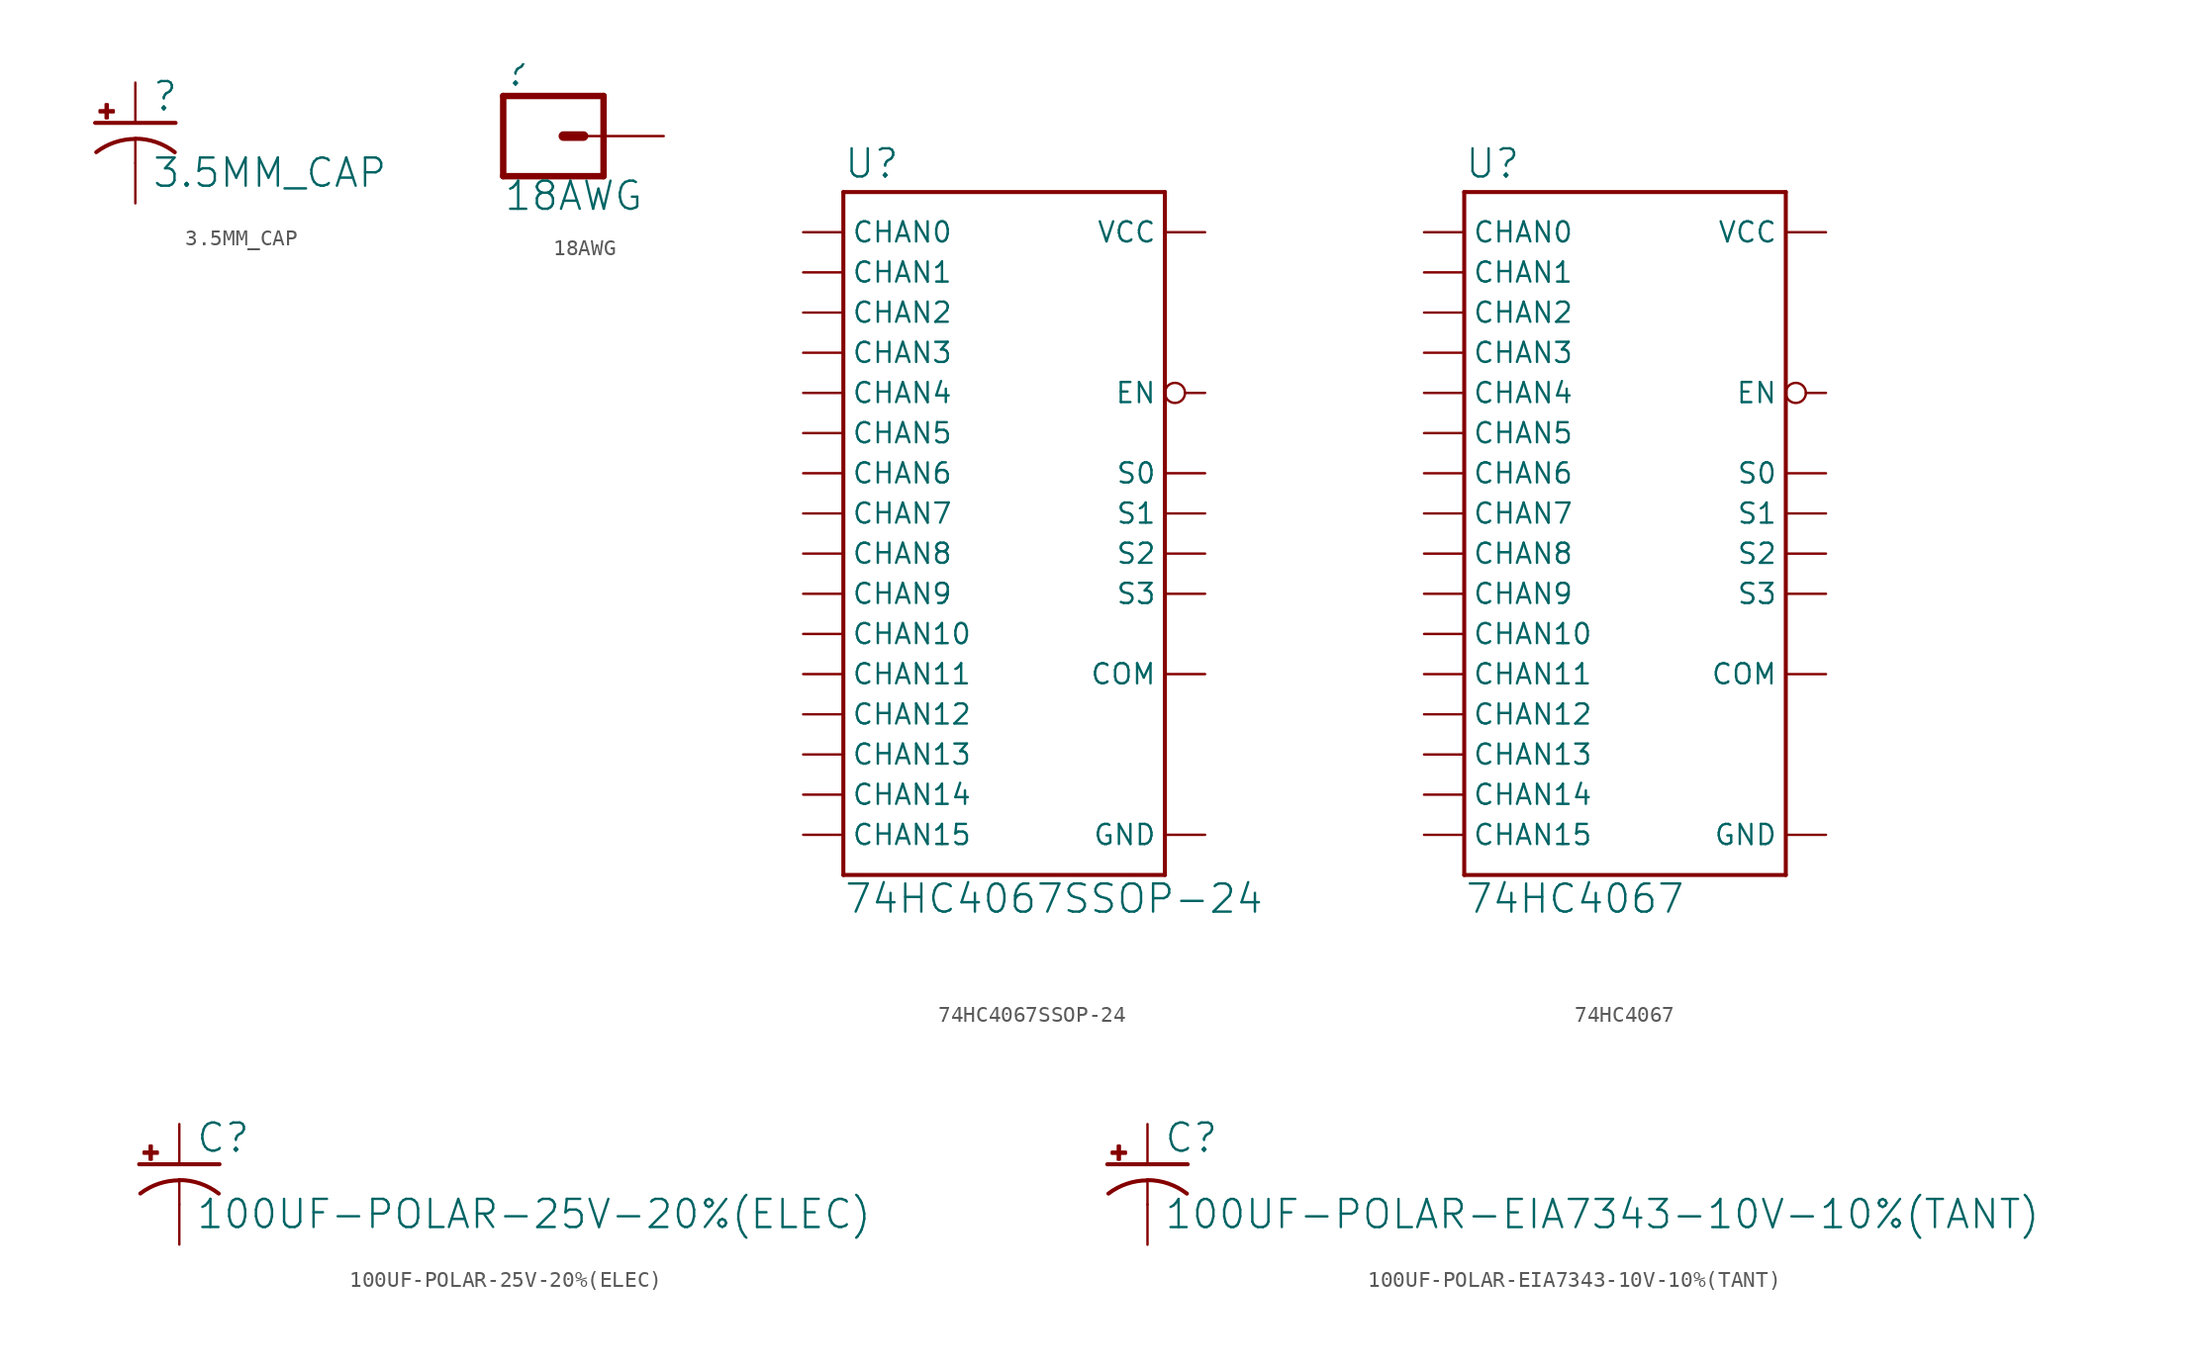
<source format=kicad_sym>
(kicad_symbol_lib
  (version 20211014)
  (generator kicad_symbol_editor)
  (symbol "3.5MM_CAP"
    (property "Reference" ""
      (at 1.016 0.635 0)
      (effects (font (size 1.778 1.778)) (justify left bottom)))
    (property "Value" "3.5MM_CAP"
      (at 1.016 -4.191 0)
      (effects (font (size 1.778 1.778)) (justify left bottom)))
    (property "ki_locked" ""
      (at 0 0 0)
      (effects (font (size 1.27 1.27))))
    (symbol "3.5MM_CAP_1_0"
      (rectangle (start -2.253 0.668) (end -1.364 0.795) (stroke (width 0) (type default) (color 0 0 0 0)) (fill (type outline)))
      (rectangle (start -1.872 0.287) (end -1.745 1.176) (stroke (width 0) (type default) (color 0 0 0 0)) (fill (type outline)))
      (arc (start 0 -1.0161) (mid -1.3021 -1.2302) (end -2.4669 -1.8504) (stroke (width 0.254) (type default) (color 0 0 0 0)) (fill (type none)))
      (polyline (pts (xy -2.54 0) (xy 2.54 0)) (stroke (width 0.254) (type default) (color 0 0 0 0)) (fill (type none)))
      (polyline (pts (xy 0 -1.016) (xy 0 -2.54)) (stroke (width 0.152) (type default) (color 0 0 0 0)) (fill (type none)))
      (arc (start 2.4892 -1.8542) (mid 1.3158 -1.2195) (end 0 -1) (stroke (width 0.254) (type default) (color 0 0 0 0)) (fill (type none)))
      (pin passive line (at 0 2.54 270) (length 2.54) (name "+" (effects (font (size 0 0)))) (number "1" (effects (font (size 0 0)))))
      (pin passive line (at 0 -5.08 90) (length 2.54) (name "-" (effects (font (size 0 0)))) (number "2" (effects (font (size 0 0)))))))
  (symbol "18AWG"
    (property "Reference" ""
      (at -2.54 3.048 0)
      (effects (font (size 1.778 1.778)) (justify left bottom)))
    (property "Value" "18AWG"
      (at -2.54 -4.826 0)
      (effects (font (size 1.778 1.778)) (justify left bottom)))
    (property "ki_locked" ""
      (at 0 0 0)
      (effects (font (size 1.27 1.27))))
    (symbol "18AWG_1_0"
      (polyline (pts (xy -2.54 2.54) (xy -2.54 -2.54)) (stroke (width 0.406) (type default) (color 0 0 0 0)) (fill (type none)))
      (polyline (pts (xy -2.54 2.54) (xy 3.81 2.54)) (stroke (width 0.406) (type default) (color 0 0 0 0)) (fill (type none)))
      (polyline (pts (xy 1.27 0) (xy 2.54 0)) (stroke (width 0.61) (type default) (color 0 0 0 0)) (fill (type none)))
      (polyline (pts (xy 3.81 -2.54) (xy -2.54 -2.54)) (stroke (width 0.406) (type default) (color 0 0 0 0)) (fill (type none)))
      (polyline (pts (xy 3.81 -2.54) (xy 3.81 2.54)) (stroke (width 0.406) (type default) (color 0 0 0 0)) (fill (type none)))
      (pin passive line (at 7.62 0 180) (length 5.08) (name "1" (effects (font (size 0 0)))) (number "P$1" (effects (font (size 0 0)))))))
  (symbol "74HC4067SSOP-24"
    (property "Reference" "U"
      (at -10.16 21.082 0)
      (effects (font (size 1.778 1.778)) (justify left bottom)))
    (property "Value" "74HC4067SSOP-24"
      (at -10.16 -25.4 0)
      (effects (font (size 1.778 1.778)) (justify left bottom)))
    (property "ki_locked" ""
      (at 0 0 0)
      (effects (font (size 1.27 1.27))))
    (symbol "74HC4067SSOP-24_1_0"
      (polyline (pts (xy -10.16 -22.86) (xy -10.16 20.32)) (stroke (width 0.254) (type default) (color 0 0 0 0)) (fill (type none)))
      (polyline (pts (xy -10.16 20.32) (xy 10.16 20.32)) (stroke (width 0.254) (type default) (color 0 0 0 0)) (fill (type none)))
      (polyline (pts (xy 10.16 -22.86) (xy -10.16 -22.86)) (stroke (width 0.254) (type default) (color 0 0 0 0)) (fill (type none)))
      (polyline (pts (xy 10.16 20.32) (xy 10.16 -22.86)) (stroke (width 0.254) (type default) (color 0 0 0 0)) (fill (type none)))
      (pin bidirectional line (at 12.7 -10.16 180) (length 2.54) (name "COM" (effects (font (size 1.27 1.27)))) (number "1" (effects (font (size 0 0)))))
      (pin input line (at 12.7 2.54 180) (length 2.54) (name "S0" (effects (font (size 1.27 1.27)))) (number "10" (effects (font (size 0 0)))))
      (pin input line (at 12.7 0 180) (length 2.54) (name "S1" (effects (font (size 1.27 1.27)))) (number "11" (effects (font (size 0 0)))))
      (pin bidirectional line (at 12.7 -20.32 180) (length 2.54) (name "GND" (effects (font (size 1.27 1.27)))) (number "12" (effects (font (size 0 0)))))
      (pin input line (at 12.7 -5.08 180) (length 2.54) (name "S3" (effects (font (size 1.27 1.27)))) (number "13" (effects (font (size 0 0)))))
      (pin input line (at 12.7 -2.54 180) (length 2.54) (name "S2" (effects (font (size 1.27 1.27)))) (number "14" (effects (font (size 0 0)))))
      (pin input inverted (at 12.7 7.62 180) (length 2.54) (name "EN" (effects (font (size 1.27 1.27)))) (number "15" (effects (font (size 0 0)))))
      (pin bidirectional line (at -12.7 -20.32 0) (length 2.54) (name "CHAN15" (effects (font (size 1.27 1.27)))) (number "16" (effects (font (size 0 0)))))
      (pin bidirectional line (at -12.7 -17.78 0) (length 2.54) (name "CHAN14" (effects (font (size 1.27 1.27)))) (number "17" (effects (font (size 0 0)))))
      (pin bidirectional line (at -12.7 -15.24 0) (length 2.54) (name "CHAN13" (effects (font (size 1.27 1.27)))) (number "18" (effects (font (size 0 0)))))
      (pin bidirectional line (at -12.7 -12.7 0) (length 2.54) (name "CHAN12" (effects (font (size 1.27 1.27)))) (number "19" (effects (font (size 0 0)))))
      (pin bidirectional line (at -12.7 0 0) (length 2.54) (name "CHAN7" (effects (font (size 1.27 1.27)))) (number "2" (effects (font (size 0 0)))))
      (pin bidirectional line (at -12.7 -10.16 0) (length 2.54) (name "CHAN11" (effects (font (size 1.27 1.27)))) (number "20" (effects (font (size 0 0)))))
      (pin bidirectional line (at -12.7 -7.62 0) (length 2.54) (name "CHAN10" (effects (font (size 1.27 1.27)))) (number "21" (effects (font (size 0 0)))))
      (pin bidirectional line (at -12.7 -5.08 0) (length 2.54) (name "CHAN9" (effects (font (size 1.27 1.27)))) (number "22" (effects (font (size 0 0)))))
      (pin bidirectional line (at -12.7 -2.54 0) (length 2.54) (name "CHAN8" (effects (font (size 1.27 1.27)))) (number "23" (effects (font (size 0 0)))))
      (pin bidirectional line (at 12.7 17.78 180) (length 2.54) (name "VCC" (effects (font (size 1.27 1.27)))) (number "24" (effects (font (size 0 0)))))
      (pin bidirectional line (at -12.7 2.54 0) (length 2.54) (name "CHAN6" (effects (font (size 1.27 1.27)))) (number "3" (effects (font (size 0 0)))))
      (pin bidirectional line (at -12.7 5.08 0) (length 2.54) (name "CHAN5" (effects (font (size 1.27 1.27)))) (number "4" (effects (font (size 0 0)))))
      (pin bidirectional line (at -12.7 7.62 0) (length 2.54) (name "CHAN4" (effects (font (size 1.27 1.27)))) (number "5" (effects (font (size 0 0)))))
      (pin bidirectional line (at -12.7 10.16 0) (length 2.54) (name "CHAN3" (effects (font (size 1.27 1.27)))) (number "6" (effects (font (size 0 0)))))
      (pin bidirectional line (at -12.7 12.7 0) (length 2.54) (name "CHAN2" (effects (font (size 1.27 1.27)))) (number "7" (effects (font (size 0 0)))))
      (pin bidirectional line (at -12.7 15.24 0) (length 2.54) (name "CHAN1" (effects (font (size 1.27 1.27)))) (number "8" (effects (font (size 0 0)))))
      (pin bidirectional line (at -12.7 17.78 0) (length 2.54) (name "CHAN0" (effects (font (size 1.27 1.27)))) (number "9" (effects (font (size 0 0)))))))
  (symbol "74HC4067"
    (property "Reference" "U"
      (at -10.16 21.082 0)
      (effects (font (size 1.778 1.778)) (justify left bottom)))
    (property "Value" "74HC4067"
      (at -10.16 -25.4 0)
      (effects (font (size 1.778 1.778)) (justify left bottom)))
    (property "ki_locked" ""
      (at 0 0 0)
      (effects (font (size 1.27 1.27))))
    (symbol "74HC4067_1_0"
      (polyline (pts (xy -10.16 -22.86) (xy -10.16 20.32)) (stroke (width 0.254) (type default) (color 0 0 0 0)) (fill (type none)))
      (polyline (pts (xy -10.16 20.32) (xy 10.16 20.32)) (stroke (width 0.254) (type default) (color 0 0 0 0)) (fill (type none)))
      (polyline (pts (xy 10.16 -22.86) (xy -10.16 -22.86)) (stroke (width 0.254) (type default) (color 0 0 0 0)) (fill (type none)))
      (polyline (pts (xy 10.16 20.32) (xy 10.16 -22.86)) (stroke (width 0.254) (type default) (color 0 0 0 0)) (fill (type none)))
      (pin bidirectional line (at 12.7 -10.16 180) (length 2.54) (name "COM" (effects (font (size 1.27 1.27)))) (number "P1" (effects (font (size 0 0)))))
      (pin input line (at 12.7 2.54 180) (length 2.54) (name "S0" (effects (font (size 1.27 1.27)))) (number "P10" (effects (font (size 0 0)))))
      (pin input line (at 12.7 0 180) (length 2.54) (name "S1" (effects (font (size 1.27 1.27)))) (number "P11" (effects (font (size 0 0)))))
      (pin bidirectional line (at 12.7 -20.32 180) (length 2.54) (name "GND" (effects (font (size 1.27 1.27)))) (number "P12" (effects (font (size 0 0)))))
      (pin input line (at 12.7 -5.08 180) (length 2.54) (name "S3" (effects (font (size 1.27 1.27)))) (number "P13" (effects (font (size 0 0)))))
      (pin input line (at 12.7 -2.54 180) (length 2.54) (name "S2" (effects (font (size 1.27 1.27)))) (number "P14" (effects (font (size 0 0)))))
      (pin input inverted (at 12.7 7.62 180) (length 2.54) (name "EN" (effects (font (size 1.27 1.27)))) (number "P15" (effects (font (size 0 0)))))
      (pin bidirectional line (at -12.7 -20.32 0) (length 2.54) (name "CHAN15" (effects (font (size 1.27 1.27)))) (number "P16" (effects (font (size 0 0)))))
      (pin bidirectional line (at -12.7 -17.78 0) (length 2.54) (name "CHAN14" (effects (font (size 1.27 1.27)))) (number "P17" (effects (font (size 0 0)))))
      (pin bidirectional line (at -12.7 -15.24 0) (length 2.54) (name "CHAN13" (effects (font (size 1.27 1.27)))) (number "P18" (effects (font (size 0 0)))))
      (pin bidirectional line (at -12.7 -12.7 0) (length 2.54) (name "CHAN12" (effects (font (size 1.27 1.27)))) (number "P19" (effects (font (size 0 0)))))
      (pin bidirectional line (at -12.7 0 0) (length 2.54) (name "CHAN7" (effects (font (size 1.27 1.27)))) (number "P2" (effects (font (size 0 0)))))
      (pin bidirectional line (at -12.7 -10.16 0) (length 2.54) (name "CHAN11" (effects (font (size 1.27 1.27)))) (number "P20" (effects (font (size 0 0)))))
      (pin bidirectional line (at -12.7 -7.62 0) (length 2.54) (name "CHAN10" (effects (font (size 1.27 1.27)))) (number "P21" (effects (font (size 0 0)))))
      (pin bidirectional line (at -12.7 -5.08 0) (length 2.54) (name "CHAN9" (effects (font (size 1.27 1.27)))) (number "P22" (effects (font (size 0 0)))))
      (pin bidirectional line (at -12.7 -2.54 0) (length 2.54) (name "CHAN8" (effects (font (size 1.27 1.27)))) (number "P23" (effects (font (size 0 0)))))
      (pin bidirectional line (at 12.7 17.78 180) (length 2.54) (name "VCC" (effects (font (size 1.27 1.27)))) (number "P24" (effects (font (size 0 0)))))
      (pin bidirectional line (at -12.7 2.54 0) (length 2.54) (name "CHAN6" (effects (font (size 1.27 1.27)))) (number "P3" (effects (font (size 0 0)))))
      (pin bidirectional line (at -12.7 5.08 0) (length 2.54) (name "CHAN5" (effects (font (size 1.27 1.27)))) (number "P4" (effects (font (size 0 0)))))
      (pin bidirectional line (at -12.7 7.62 0) (length 2.54) (name "CHAN4" (effects (font (size 1.27 1.27)))) (number "P5" (effects (font (size 0 0)))))
      (pin bidirectional line (at -12.7 10.16 0) (length 2.54) (name "CHAN3" (effects (font (size 1.27 1.27)))) (number "P6" (effects (font (size 0 0)))))
      (pin bidirectional line (at -12.7 12.7 0) (length 2.54) (name "CHAN2" (effects (font (size 1.27 1.27)))) (number "P7" (effects (font (size 0 0)))))
      (pin bidirectional line (at -12.7 15.24 0) (length 2.54) (name "CHAN1" (effects (font (size 1.27 1.27)))) (number "P8" (effects (font (size 0 0)))))
      (pin bidirectional line (at -12.7 17.78 0) (length 2.54) (name "CHAN0" (effects (font (size 1.27 1.27)))) (number "P9" (effects (font (size 0 0)))))))
  (symbol "100UF-POLAR-25V-20%(ELEC)"
    (property "Reference" "C"
      (at 1.016 0.635 0)
      (effects (font (size 1.778 1.778)) (justify left bottom)))
    (property "Value" "100UF-POLAR-25V-20%(ELEC)"
      (at 1.016 -4.191 0)
      (effects (font (size 1.778 1.778)) (justify left bottom)))
    (property "ki_locked" ""
      (at 0 0 0)
      (effects (font (size 1.27 1.27))))
    (symbol "100UF-POLAR-25V-20%(ELEC)_1_0"
      (rectangle (start -2.253 0.668) (end -1.364 0.795) (stroke (width 0) (type default) (color 0 0 0 0)) (fill (type outline)))
      (rectangle (start -1.872 0.287) (end -1.745 1.176) (stroke (width 0) (type default) (color 0 0 0 0)) (fill (type outline)))
      (arc (start 0 -1.0161) (mid -1.3021 -1.2302) (end -2.4669 -1.8504) (stroke (width 0.254) (type default) (color 0 0 0 0)) (fill (type none)))
      (polyline (pts (xy -2.54 0) (xy 2.54 0)) (stroke (width 0.254) (type default) (color 0 0 0 0)) (fill (type none)))
      (polyline (pts (xy 0 -1.016) (xy 0 -2.54)) (stroke (width 0.152) (type default) (color 0 0 0 0)) (fill (type none)))
      (arc (start 2.4892 -1.8542) (mid 1.3158 -1.2195) (end 0 -1) (stroke (width 0.254) (type default) (color 0 0 0 0)) (fill (type none)))
      (pin passive line (at 0 2.54 270) (length 2.54) (name "+" (effects (font (size 0 0)))) (number "+" (effects (font (size 0 0)))))
      (pin passive line (at 0 -5.08 90) (length 2.54) (name "-" (effects (font (size 0 0)))) (number "-" (effects (font (size 0 0)))))))
  (symbol "100UF-POLAR-EIA7343-10V-10%(TANT)"
    (property "Reference" "C"
      (at 1.016 0.635 0)
      (effects (font (size 1.778 1.778)) (justify left bottom)))
    (property "Value" "100UF-POLAR-EIA7343-10V-10%(TANT)"
      (at 1.016 -4.191 0)
      (effects (font (size 1.778 1.778)) (justify left bottom)))
    (property "ki_locked" ""
      (at 0 0 0)
      (effects (font (size 1.27 1.27))))
    (symbol "100UF-POLAR-EIA7343-10V-10%(TANT)_1_0"
      (rectangle (start -2.253 0.668) (end -1.364 0.795) (stroke (width 0) (type default) (color 0 0 0 0)) (fill (type outline)))
      (rectangle (start -1.872 0.287) (end -1.745 1.176) (stroke (width 0) (type default) (color 0 0 0 0)) (fill (type outline)))
      (arc (start 0 -1.0161) (mid -1.3021 -1.2302) (end -2.4669 -1.8504) (stroke (width 0.254) (type default) (color 0 0 0 0)) (fill (type none)))
      (polyline (pts (xy -2.54 0) (xy 2.54 0)) (stroke (width 0.254) (type default) (color 0 0 0 0)) (fill (type none)))
      (polyline (pts (xy 0 -1.016) (xy 0 -2.54)) (stroke (width 0.152) (type default) (color 0 0 0 0)) (fill (type none)))
      (arc (start 2.4892 -1.8542) (mid 1.3158 -1.2195) (end 0 -1) (stroke (width 0.254) (type default) (color 0 0 0 0)) (fill (type none)))
      (pin passive line (at 0 2.54 270) (length 2.54) (name "+" (effects (font (size 0 0)))) (number "A" (effects (font (size 0 0)))))
      (pin passive line (at 0 -5.08 90) (length 2.54) (name "-" (effects (font (size 0 0)))) (number "C" (effects (font (size 0 0))))))))
</source>
